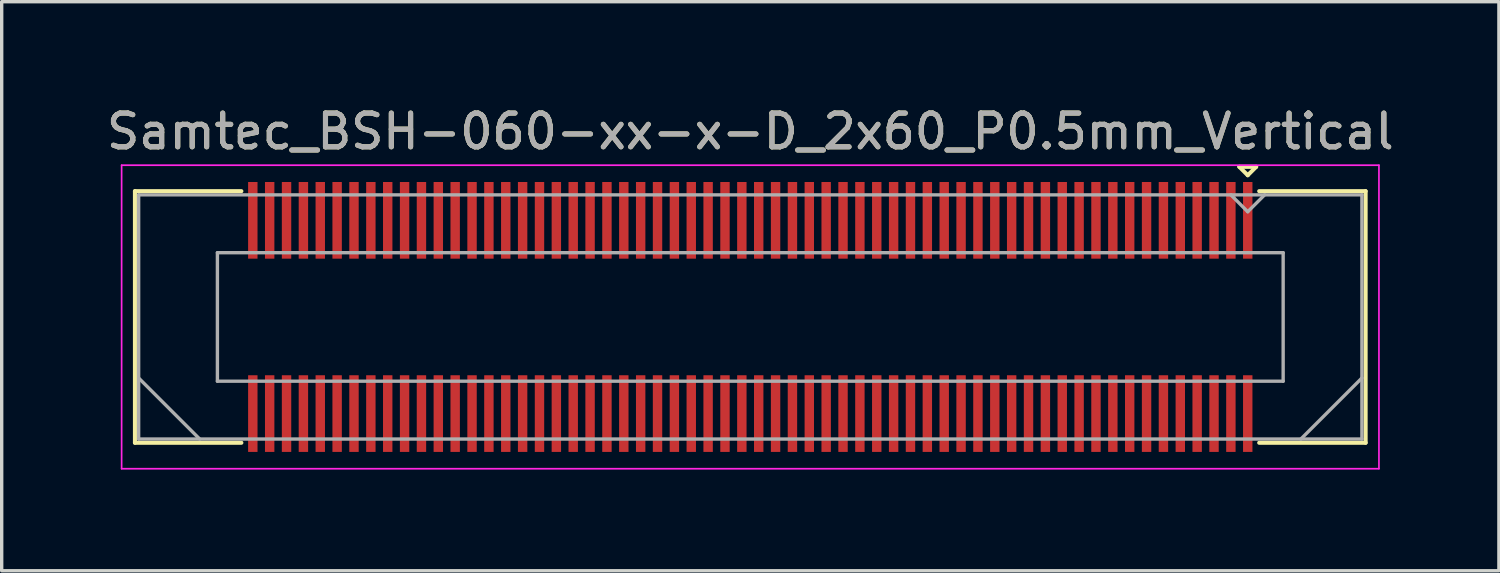
<source format=kicad_pcb>
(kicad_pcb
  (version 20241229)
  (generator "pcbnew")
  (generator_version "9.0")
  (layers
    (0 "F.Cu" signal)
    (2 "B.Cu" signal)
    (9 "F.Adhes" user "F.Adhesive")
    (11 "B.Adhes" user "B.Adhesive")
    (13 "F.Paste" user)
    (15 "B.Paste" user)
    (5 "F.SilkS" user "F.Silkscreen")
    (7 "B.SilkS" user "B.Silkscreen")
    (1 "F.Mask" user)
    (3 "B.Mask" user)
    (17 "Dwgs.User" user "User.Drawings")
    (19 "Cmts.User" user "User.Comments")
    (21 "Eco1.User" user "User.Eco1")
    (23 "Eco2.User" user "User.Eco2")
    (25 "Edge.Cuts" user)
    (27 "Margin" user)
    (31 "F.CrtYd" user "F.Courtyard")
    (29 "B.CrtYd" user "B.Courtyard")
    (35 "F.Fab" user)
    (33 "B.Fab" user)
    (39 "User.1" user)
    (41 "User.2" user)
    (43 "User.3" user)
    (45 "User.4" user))
  (footprint "Samtec_BSH-060-xx-x-D_2x60_P0.5mm_Vertical"
    (layer "F.Cu")
    (at 19.196 6.348)
    (property "Reference" "Samtec_BSH-060-xx-x-D_2x60_P0.5mm_Vertical" (at 0 -5.5 0) (layer "F.SilkS") (effects (font (size 1 1) (thickness 0.15))))
    (attr smd)
    (fp_line (start -18.245 -3.73) (end -15.089 -3.73) (stroke (width 0.12) (type solid)) (layer "F.SilkS"))
    (fp_line (start -18.245 3.73) (end -18.245 -3.73) (stroke (width 0.12) (type solid)) (layer "F.SilkS"))
    (fp_line (start -15.089 3.73) (end -18.245 3.73) (stroke (width 0.12) (type solid)) (layer "F.SilkS"))
    (fp_line (start 14.5 -4.452) (end 15 -4.452) (stroke (width 0.12) (type solid)) (layer "F.SilkS"))
    (fp_line (start 14.75 -4.202) (end 14.5 -4.452) (stroke (width 0.12) (type solid)) (layer "F.SilkS"))
    (fp_line (start 15 -4.452) (end 14.75 -4.202) (stroke (width 0.12) (type solid)) (layer "F.SilkS"))
    (fp_line (start 15.089 3.73) (end 18.245 3.73) (stroke (width 0.12) (type solid)) (layer "F.SilkS"))
    (fp_line (start 18.245 -3.73) (end 15.089 -3.73) (stroke (width 0.12) (type solid)) (layer "F.SilkS"))
    (fp_line (start 18.245 3.73) (end 18.245 -3.73) (stroke (width 0.12) (type solid)) (layer "F.SilkS"))
    (fp_line (start -18.64 -4.5) (end -18.64 4.5) (stroke (width 0.05) (type solid)) (layer "F.CrtYd"))
    (fp_line (start -18.64 4.5) (end 18.64 4.5) (stroke (width 0.05) (type solid)) (layer "F.CrtYd"))
    (fp_line (start 18.64 -4.5) (end -18.64 -4.5) (stroke (width 0.05) (type solid)) (layer "F.CrtYd"))
    (fp_line (start 18.64 4.5) (end 18.64 -4.5) (stroke (width 0.05) (type solid)) (layer "F.CrtYd"))
    (fp_line (start -18.135 -3.62) (end -18.135 3.62) (stroke (width 0.1) (type solid)) (layer "F.Fab"))
    (fp_line (start -18.135 1.81) (end -16.325 3.62) (stroke (width 0.1) (type solid)) (layer "F.Fab"))
    (fp_line (start -18.135 3.62) (end 18.135 3.62) (stroke (width 0.1) (type solid)) (layer "F.Fab"))
    (fp_line (start -15.8 -1.905) (end -15.8 1.905) (stroke (width 0.1) (type solid)) (layer "F.Fab"))
    (fp_line (start -15.8 1.905) (end 15.8 1.905) (stroke (width 0.1) (type solid)) (layer "F.Fab"))
    (fp_line (start 14.75 -3.12) (end 14.25 -3.62) (stroke (width 0.1) (type solid)) (layer "F.Fab"))
    (fp_line (start 15.25 -3.62) (end 14.75 -3.12) (stroke (width 0.1) (type solid)) (layer "F.Fab"))
    (fp_line (start 15.8 -1.905) (end -15.8 -1.905) (stroke (width 0.1) (type solid)) (layer "F.Fab"))
    (fp_line (start 15.8 1.905) (end 15.8 -1.905) (stroke (width 0.1) (type solid)) (layer "F.Fab"))
    (fp_line (start 18.135 -3.62) (end -18.135 -3.62) (stroke (width 0.1) (type solid)) (layer "F.Fab"))
    (fp_line (start 18.135 1.81) (end 16.325 3.62) (stroke (width 0.1) (type solid)) (layer "F.Fab"))
    (fp_line (start 18.135 3.62) (end 18.135 -3.62) (stroke (width 0.1) (type solid)) (layer "F.Fab"))
    (fp_text user "${REFERENCE}" (at 0 -5.5 0) (layer "F.Fab") (effects (font (size 1 1) (thickness 0.15))))
    (pad "1" smd rect (at 14.75 -2.865) (size 0.279 2.273) (layers "F.Cu" "F.Mask" "F.Paste"))
    (pad "2" smd rect (at 14.75 2.865) (size 0.279 2.273) (layers "F.Cu" "F.Mask" "F.Paste"))
    (pad "3" smd rect (at 14.25 -2.865) (size 0.279 2.273) (layers "F.Cu" "F.Mask" "F.Paste"))
    (pad "4" smd rect (at 14.25 2.865) (size 0.279 2.273) (layers "F.Cu" "F.Mask" "F.Paste"))
    (pad "5" smd rect (at 13.75 -2.865) (size 0.279 2.273) (layers "F.Cu" "F.Mask" "F.Paste"))
    (pad "6" smd rect (at 13.75 2.865) (size 0.279 2.273) (layers "F.Cu" "F.Mask" "F.Paste"))
    (pad "7" smd rect (at 13.25 -2.865) (size 0.279 2.273) (layers "F.Cu" "F.Mask" "F.Paste"))
    (pad "8" smd rect (at 13.25 2.865) (size 0.279 2.273) (layers "F.Cu" "F.Mask" "F.Paste"))
    (pad "9" smd rect (at 12.75 -2.865) (size 0.279 2.273) (layers "F.Cu" "F.Mask" "F.Paste"))
    (pad "10" smd rect (at 12.75 2.865) (size 0.279 2.273) (layers "F.Cu" "F.Mask" "F.Paste"))
    (pad "11" smd rect (at 12.25 -2.865) (size 0.279 2.273) (layers "F.Cu" "F.Mask" "F.Paste"))
    (pad "12" smd rect (at 12.25 2.865) (size 0.279 2.273) (layers "F.Cu" "F.Mask" "F.Paste"))
    (pad "13" smd rect (at 11.75 -2.865) (size 0.279 2.273) (layers "F.Cu" "F.Mask" "F.Paste"))
    (pad "14" smd rect (at 11.75 2.865) (size 0.279 2.273) (layers "F.Cu" "F.Mask" "F.Paste"))
    (pad "15" smd rect (at 11.25 -2.865) (size 0.279 2.273) (layers "F.Cu" "F.Mask" "F.Paste"))
    (pad "16" smd rect (at 11.25 2.865) (size 0.279 2.273) (layers "F.Cu" "F.Mask" "F.Paste"))
    (pad "17" smd rect (at 10.75 -2.865) (size 0.279 2.273) (layers "F.Cu" "F.Mask" "F.Paste"))
    (pad "18" smd rect (at 10.75 2.865) (size 0.279 2.273) (layers "F.Cu" "F.Mask" "F.Paste"))
    (pad "19" smd rect (at 10.25 -2.865) (size 0.279 2.273) (layers "F.Cu" "F.Mask" "F.Paste"))
    (pad "20" smd rect (at 10.25 2.865) (size 0.279 2.273) (layers "F.Cu" "F.Mask" "F.Paste"))
    (pad "21" smd rect (at 9.75 -2.865) (size 0.279 2.273) (layers "F.Cu" "F.Mask" "F.Paste"))
    (pad "22" smd rect (at 9.75 2.865) (size 0.279 2.273) (layers "F.Cu" "F.Mask" "F.Paste"))
    (pad "23" smd rect (at 9.25 -2.865) (size 0.279 2.273) (layers "F.Cu" "F.Mask" "F.Paste"))
    (pad "24" smd rect (at 9.25 2.865) (size 0.279 2.273) (layers "F.Cu" "F.Mask" "F.Paste"))
    (pad "25" smd rect (at 8.75 -2.865) (size 0.279 2.273) (layers "F.Cu" "F.Mask" "F.Paste"))
    (pad "26" smd rect (at 8.75 2.865) (size 0.279 2.273) (layers "F.Cu" "F.Mask" "F.Paste"))
    (pad "27" smd rect (at 8.25 -2.865) (size 0.279 2.273) (layers "F.Cu" "F.Mask" "F.Paste"))
    (pad "28" smd rect (at 8.25 2.865) (size 0.279 2.273) (layers "F.Cu" "F.Mask" "F.Paste"))
    (pad "29" smd rect (at 7.75 -2.865) (size 0.279 2.273) (layers "F.Cu" "F.Mask" "F.Paste"))
    (pad "30" smd rect (at 7.75 2.865) (size 0.279 2.273) (layers "F.Cu" "F.Mask" "F.Paste"))
    (pad "31" smd rect (at 7.25 -2.865) (size 0.279 2.273) (layers "F.Cu" "F.Mask" "F.Paste"))
    (pad "32" smd rect (at 7.25 2.865) (size 0.279 2.273) (layers "F.Cu" "F.Mask" "F.Paste"))
    (pad "33" smd rect (at 6.75 -2.865) (size 0.279 2.273) (layers "F.Cu" "F.Mask" "F.Paste"))
    (pad "34" smd rect (at 6.75 2.865) (size 0.279 2.273) (layers "F.Cu" "F.Mask" "F.Paste"))
    (pad "35" smd rect (at 6.25 -2.865) (size 0.279 2.273) (layers "F.Cu" "F.Mask" "F.Paste"))
    (pad "36" smd rect (at 6.25 2.865) (size 0.279 2.273) (layers "F.Cu" "F.Mask" "F.Paste"))
    (pad "37" smd rect (at 5.75 -2.865) (size 0.279 2.273) (layers "F.Cu" "F.Mask" "F.Paste"))
    (pad "38" smd rect (at 5.75 2.865) (size 0.279 2.273) (layers "F.Cu" "F.Mask" "F.Paste"))
    (pad "39" smd rect (at 5.25 -2.865) (size 0.279 2.273) (layers "F.Cu" "F.Mask" "F.Paste"))
    (pad "40" smd rect (at 5.25 2.865) (size 0.279 2.273) (layers "F.Cu" "F.Mask" "F.Paste"))
    (pad "41" smd rect (at 4.75 -2.865) (size 0.279 2.273) (layers "F.Cu" "F.Mask" "F.Paste"))
    (pad "42" smd rect (at 4.75 2.865) (size 0.279 2.273) (layers "F.Cu" "F.Mask" "F.Paste"))
    (pad "43" smd rect (at 4.25 -2.865) (size 0.279 2.273) (layers "F.Cu" "F.Mask" "F.Paste"))
    (pad "44" smd rect (at 4.25 2.865) (size 0.279 2.273) (layers "F.Cu" "F.Mask" "F.Paste"))
    (pad "45" smd rect (at 3.75 -2.865) (size 0.279 2.273) (layers "F.Cu" "F.Mask" "F.Paste"))
    (pad "46" smd rect (at 3.75 2.865) (size 0.279 2.273) (layers "F.Cu" "F.Mask" "F.Paste"))
    (pad "47" smd rect (at 3.25 -2.865) (size 0.279 2.273) (layers "F.Cu" "F.Mask" "F.Paste"))
    (pad "48" smd rect (at 3.25 2.865) (size 0.279 2.273) (layers "F.Cu" "F.Mask" "F.Paste"))
    (pad "49" smd rect (at 2.75 -2.865) (size 0.279 2.273) (layers "F.Cu" "F.Mask" "F.Paste"))
    (pad "50" smd rect (at 2.75 2.865) (size 0.279 2.273) (layers "F.Cu" "F.Mask" "F.Paste"))
    (pad "51" smd rect (at 2.25 -2.865) (size 0.279 2.273) (layers "F.Cu" "F.Mask" "F.Paste"))
    (pad "52" smd rect (at 2.25 2.865) (size 0.279 2.273) (layers "F.Cu" "F.Mask" "F.Paste"))
    (pad "53" smd rect (at 1.75 -2.865) (size 0.279 2.273) (layers "F.Cu" "F.Mask" "F.Paste"))
    (pad "54" smd rect (at 1.75 2.865) (size 0.279 2.273) (layers "F.Cu" "F.Mask" "F.Paste"))
    (pad "55" smd rect (at 1.25 -2.865) (size 0.279 2.273) (layers "F.Cu" "F.Mask" "F.Paste"))
    (pad "56" smd rect (at 1.25 2.865) (size 0.279 2.273) (layers "F.Cu" "F.Mask" "F.Paste"))
    (pad "57" smd rect (at 0.75 -2.865) (size 0.279 2.273) (layers "F.Cu" "F.Mask" "F.Paste"))
    (pad "58" smd rect (at 0.75 2.865) (size 0.279 2.273) (layers "F.Cu" "F.Mask" "F.Paste"))
    (pad "59" smd rect (at 0.25 -2.865) (size 0.279 2.273) (layers "F.Cu" "F.Mask" "F.Paste"))
    (pad "60" smd rect (at 0.25 2.865) (size 0.279 2.273) (layers "F.Cu" "F.Mask" "F.Paste"))
    (pad "61" smd rect (at -0.25 -2.865) (size 0.279 2.273) (layers "F.Cu" "F.Mask" "F.Paste"))
    (pad "62" smd rect (at -0.25 2.865) (size 0.279 2.273) (layers "F.Cu" "F.Mask" "F.Paste"))
    (pad "63" smd rect (at -0.75 -2.865) (size 0.279 2.273) (layers "F.Cu" "F.Mask" "F.Paste"))
    (pad "64" smd rect (at -0.75 2.865) (size 0.279 2.273) (layers "F.Cu" "F.Mask" "F.Paste"))
    (pad "65" smd rect (at -1.25 -2.865) (size 0.279 2.273) (layers "F.Cu" "F.Mask" "F.Paste"))
    (pad "66" smd rect (at -1.25 2.865) (size 0.279 2.273) (layers "F.Cu" "F.Mask" "F.Paste"))
    (pad "67" smd rect (at -1.75 -2.865) (size 0.279 2.273) (layers "F.Cu" "F.Mask" "F.Paste"))
    (pad "68" smd rect (at -1.75 2.865) (size 0.279 2.273) (layers "F.Cu" "F.Mask" "F.Paste"))
    (pad "69" smd rect (at -2.25 -2.865) (size 0.279 2.273) (layers "F.Cu" "F.Mask" "F.Paste"))
    (pad "70" smd rect (at -2.25 2.865) (size 0.279 2.273) (layers "F.Cu" "F.Mask" "F.Paste"))
    (pad "71" smd rect (at -2.75 -2.865) (size 0.279 2.273) (layers "F.Cu" "F.Mask" "F.Paste"))
    (pad "72" smd rect (at -2.75 2.865) (size 0.279 2.273) (layers "F.Cu" "F.Mask" "F.Paste"))
    (pad "73" smd rect (at -3.25 -2.865) (size 0.279 2.273) (layers "F.Cu" "F.Mask" "F.Paste"))
    (pad "74" smd rect (at -3.25 2.865) (size 0.279 2.273) (layers "F.Cu" "F.Mask" "F.Paste"))
    (pad "75" smd rect (at -3.75 -2.865) (size 0.279 2.273) (layers "F.Cu" "F.Mask" "F.Paste"))
    (pad "76" smd rect (at -3.75 2.865) (size 0.279 2.273) (layers "F.Cu" "F.Mask" "F.Paste"))
    (pad "77" smd rect (at -4.25 -2.865) (size 0.279 2.273) (layers "F.Cu" "F.Mask" "F.Paste"))
    (pad "78" smd rect (at -4.25 2.865) (size 0.279 2.273) (layers "F.Cu" "F.Mask" "F.Paste"))
    (pad "79" smd rect (at -4.75 -2.865) (size 0.279 2.273) (layers "F.Cu" "F.Mask" "F.Paste"))
    (pad "80" smd rect (at -4.75 2.865) (size 0.279 2.273) (layers "F.Cu" "F.Mask" "F.Paste"))
    (pad "81" smd rect (at -5.25 -2.865) (size 0.279 2.273) (layers "F.Cu" "F.Mask" "F.Paste"))
    (pad "82" smd rect (at -5.25 2.865) (size 0.279 2.273) (layers "F.Cu" "F.Mask" "F.Paste"))
    (pad "83" smd rect (at -5.75 -2.865) (size 0.279 2.273) (layers "F.Cu" "F.Mask" "F.Paste"))
    (pad "84" smd rect (at -5.75 2.865) (size 0.279 2.273) (layers "F.Cu" "F.Mask" "F.Paste"))
    (pad "85" smd rect (at -6.25 -2.865) (size 0.279 2.273) (layers "F.Cu" "F.Mask" "F.Paste"))
    (pad "86" smd rect (at -6.25 2.865) (size 0.279 2.273) (layers "F.Cu" "F.Mask" "F.Paste"))
    (pad "87" smd rect (at -6.75 -2.865) (size 0.279 2.273) (layers "F.Cu" "F.Mask" "F.Paste"))
    (pad "88" smd rect (at -6.75 2.865) (size 0.279 2.273) (layers "F.Cu" "F.Mask" "F.Paste"))
    (pad "89" smd rect (at -7.25 -2.865) (size 0.279 2.273) (layers "F.Cu" "F.Mask" "F.Paste"))
    (pad "90" smd rect (at -7.25 2.865) (size 0.279 2.273) (layers "F.Cu" "F.Mask" "F.Paste"))
    (pad "91" smd rect (at -7.75 -2.865) (size 0.279 2.273) (layers "F.Cu" "F.Mask" "F.Paste"))
    (pad "92" smd rect (at -7.75 2.865) (size 0.279 2.273) (layers "F.Cu" "F.Mask" "F.Paste"))
    (pad "93" smd rect (at -8.25 -2.865) (size 0.279 2.273) (layers "F.Cu" "F.Mask" "F.Paste"))
    (pad "94" smd rect (at -8.25 2.865) (size 0.279 2.273) (layers "F.Cu" "F.Mask" "F.Paste"))
    (pad "95" smd rect (at -8.75 -2.865) (size 0.279 2.273) (layers "F.Cu" "F.Mask" "F.Paste"))
    (pad "96" smd rect (at -8.75 2.865) (size 0.279 2.273) (layers "F.Cu" "F.Mask" "F.Paste"))
    (pad "97" smd rect (at -9.25 -2.865) (size 0.279 2.273) (layers "F.Cu" "F.Mask" "F.Paste"))
    (pad "98" smd rect (at -9.25 2.865) (size 0.279 2.273) (layers "F.Cu" "F.Mask" "F.Paste"))
    (pad "99" smd rect (at -9.75 -2.865) (size 0.279 2.273) (layers "F.Cu" "F.Mask" "F.Paste"))
    (pad "100" smd rect (at -9.75 2.865) (size 0.279 2.273) (layers "F.Cu" "F.Mask" "F.Paste"))
    (pad "101" smd rect (at -10.25 -2.865) (size 0.279 2.273) (layers "F.Cu" "F.Mask" "F.Paste"))
    (pad "102" smd rect (at -10.25 2.865) (size 0.279 2.273) (layers "F.Cu" "F.Mask" "F.Paste"))
    (pad "103" smd rect (at -10.75 -2.865) (size 0.279 2.273) (layers "F.Cu" "F.Mask" "F.Paste"))
    (pad "104" smd rect (at -10.75 2.865) (size 0.279 2.273) (layers "F.Cu" "F.Mask" "F.Paste"))
    (pad "105" smd rect (at -11.25 -2.865) (size 0.279 2.273) (layers "F.Cu" "F.Mask" "F.Paste"))
    (pad "106" smd rect (at -11.25 2.865) (size 0.279 2.273) (layers "F.Cu" "F.Mask" "F.Paste"))
    (pad "107" smd rect (at -11.75 -2.865) (size 0.279 2.273) (layers "F.Cu" "F.Mask" "F.Paste"))
    (pad "108" smd rect (at -11.75 2.865) (size 0.279 2.273) (layers "F.Cu" "F.Mask" "F.Paste"))
    (pad "109" smd rect (at -12.25 -2.865) (size 0.279 2.273) (layers "F.Cu" "F.Mask" "F.Paste"))
    (pad "110" smd rect (at -12.25 2.865) (size 0.279 2.273) (layers "F.Cu" "F.Mask" "F.Paste"))
    (pad "111" smd rect (at -12.75 -2.865) (size 0.279 2.273) (layers "F.Cu" "F.Mask" "F.Paste"))
    (pad "112" smd rect (at -12.75 2.865) (size 0.279 2.273) (layers "F.Cu" "F.Mask" "F.Paste"))
    (pad "113" smd rect (at -13.25 -2.865) (size 0.279 2.273) (layers "F.Cu" "F.Mask" "F.Paste"))
    (pad "114" smd rect (at -13.25 2.865) (size 0.279 2.273) (layers "F.Cu" "F.Mask" "F.Paste"))
    (pad "115" smd rect (at -13.75 -2.865) (size 0.279 2.273) (layers "F.Cu" "F.Mask" "F.Paste"))
    (pad "116" smd rect (at -13.75 2.865) (size 0.279 2.273) (layers "F.Cu" "F.Mask" "F.Paste"))
    (pad "117" smd rect (at -14.25 -2.865) (size 0.279 2.273) (layers "F.Cu" "F.Mask" "F.Paste"))
    (pad "118" smd rect (at -14.25 2.865) (size 0.279 2.273) (layers "F.Cu" "F.Mask" "F.Paste"))
    (pad "119" smd rect (at -14.75 -2.865) (size 0.279 2.273) (layers "F.Cu" "F.Mask" "F.Paste"))
    (pad "120" smd rect (at -14.75 2.865) (size 0.279 2.273) (layers "F.Cu" "F.Mask" "F.Paste")))
  (gr_rect
    (start -3 -3)
    (end 41.393 13.873)
    (stroke (width 0.1) (type default))
    (fill no)
    (layer "Edge.Cuts")))
</source>
